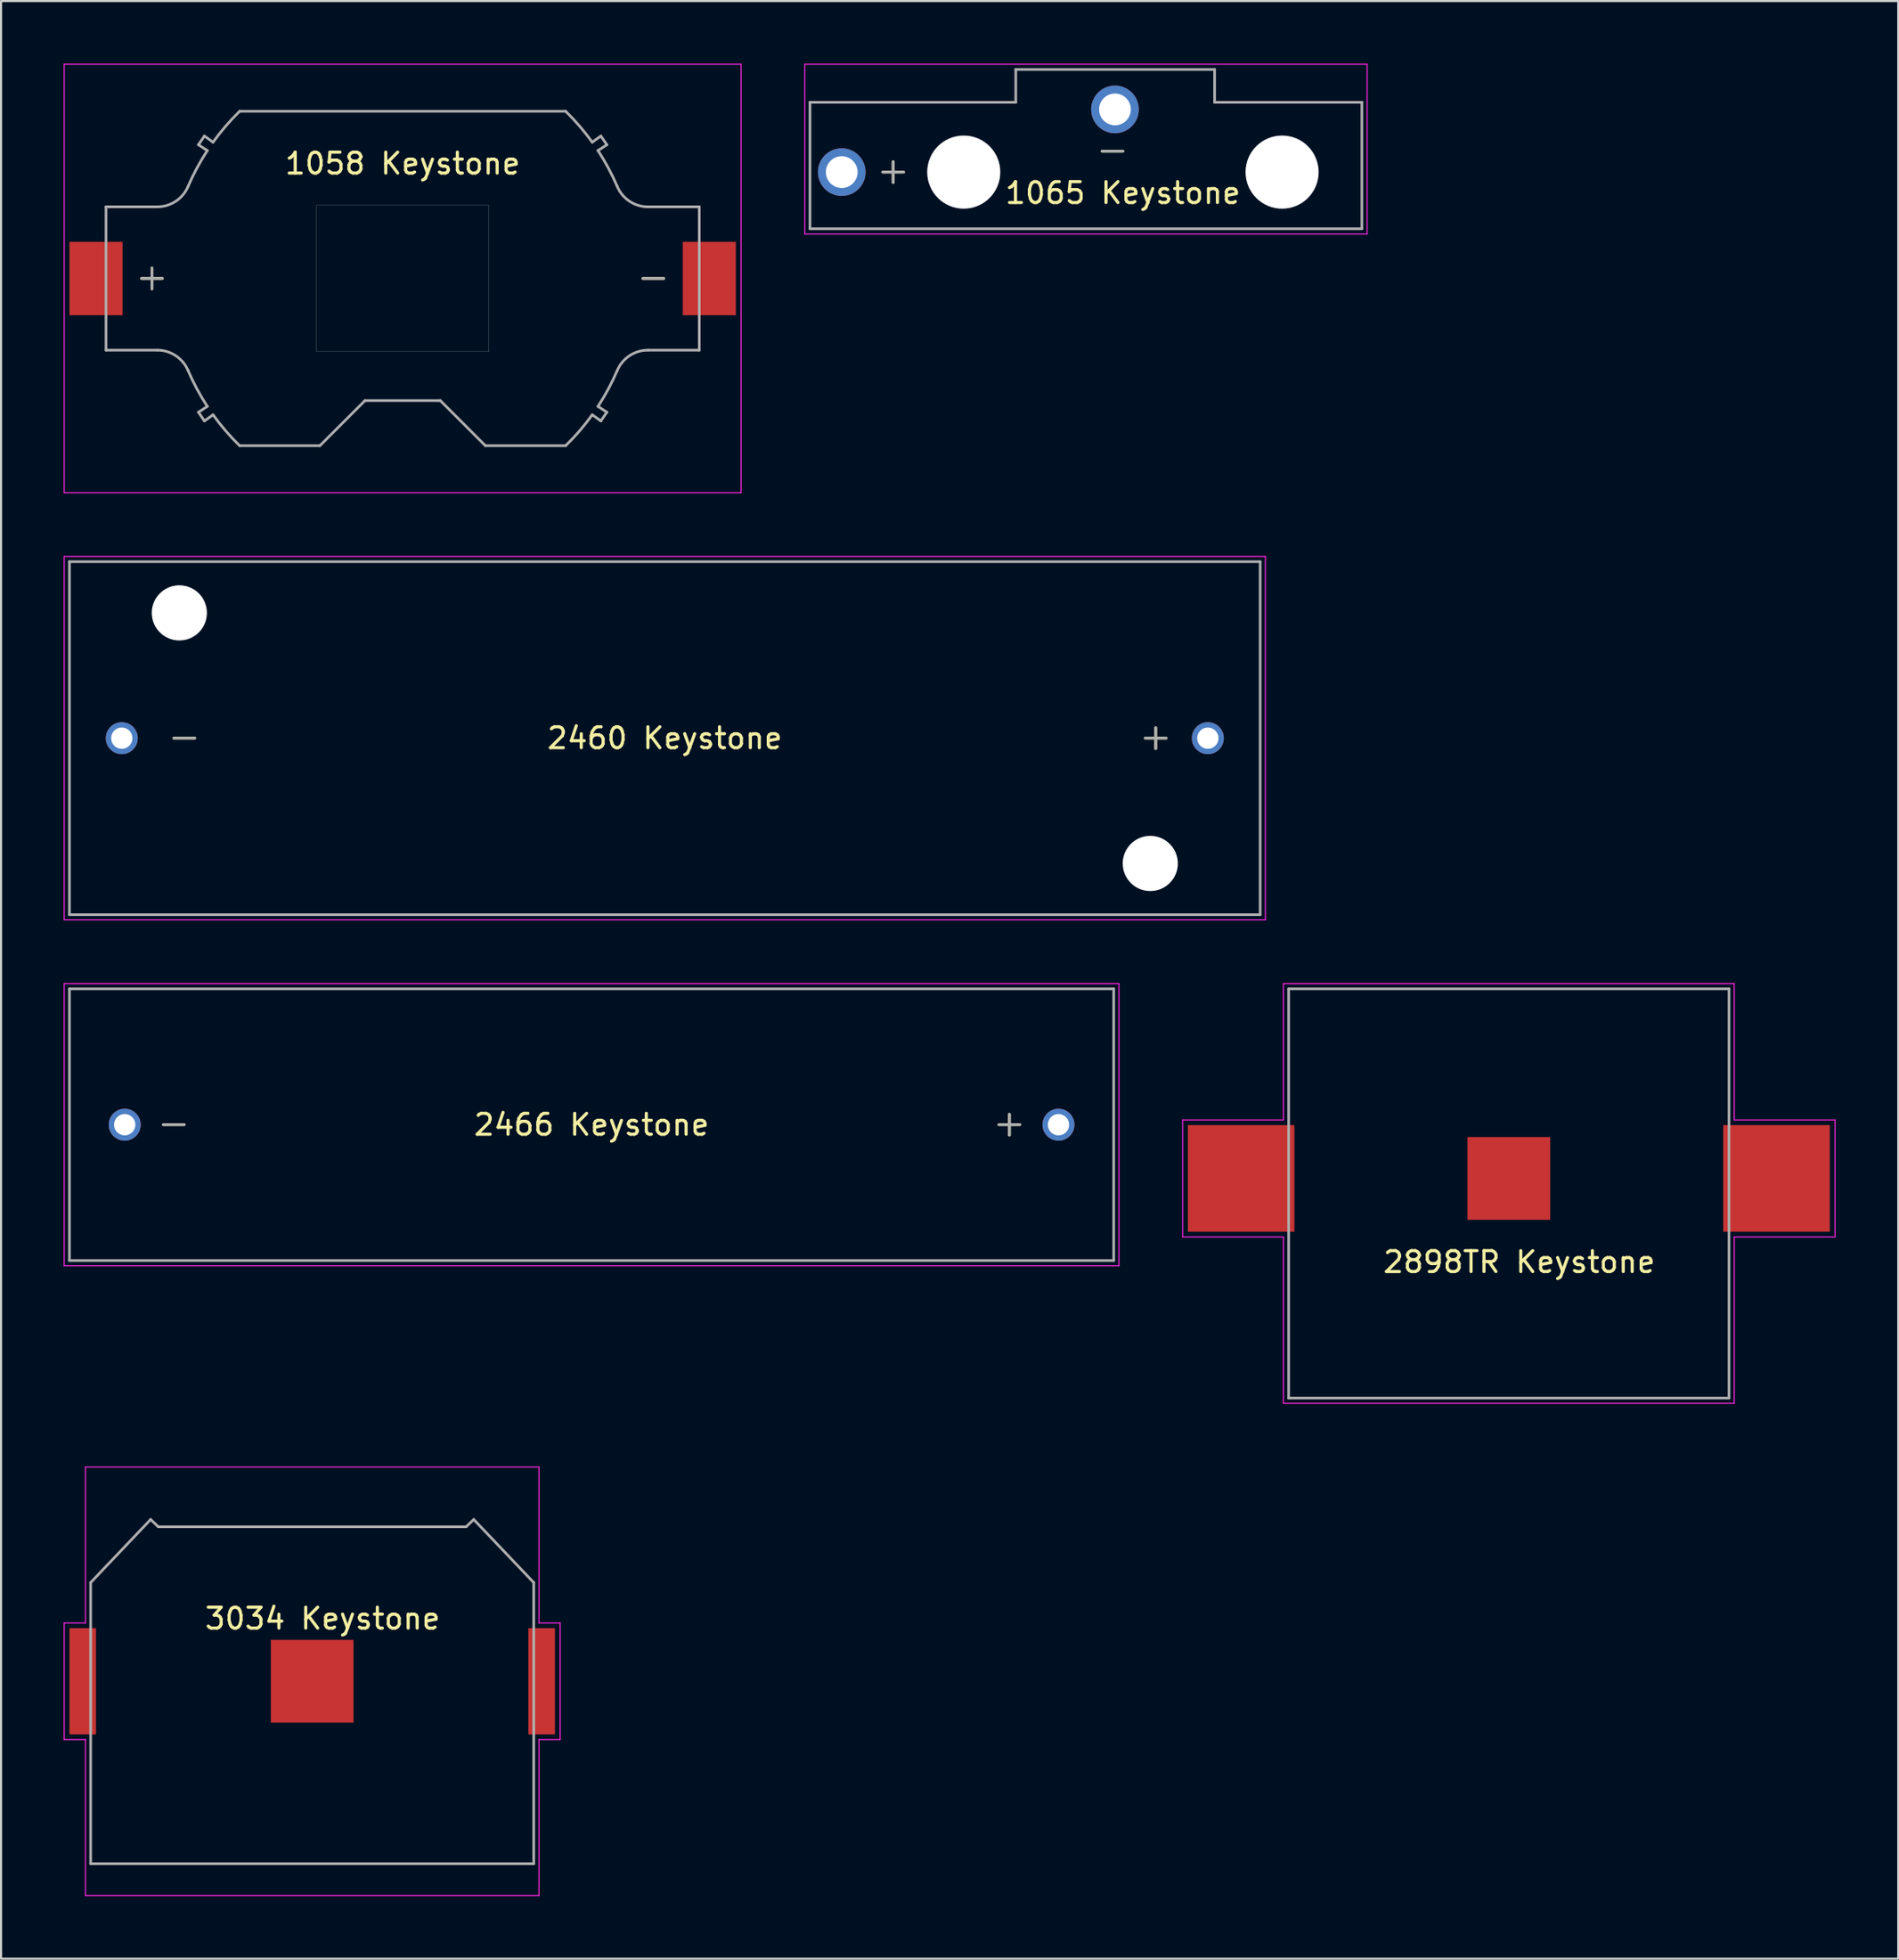
<source format=kicad_pcb>
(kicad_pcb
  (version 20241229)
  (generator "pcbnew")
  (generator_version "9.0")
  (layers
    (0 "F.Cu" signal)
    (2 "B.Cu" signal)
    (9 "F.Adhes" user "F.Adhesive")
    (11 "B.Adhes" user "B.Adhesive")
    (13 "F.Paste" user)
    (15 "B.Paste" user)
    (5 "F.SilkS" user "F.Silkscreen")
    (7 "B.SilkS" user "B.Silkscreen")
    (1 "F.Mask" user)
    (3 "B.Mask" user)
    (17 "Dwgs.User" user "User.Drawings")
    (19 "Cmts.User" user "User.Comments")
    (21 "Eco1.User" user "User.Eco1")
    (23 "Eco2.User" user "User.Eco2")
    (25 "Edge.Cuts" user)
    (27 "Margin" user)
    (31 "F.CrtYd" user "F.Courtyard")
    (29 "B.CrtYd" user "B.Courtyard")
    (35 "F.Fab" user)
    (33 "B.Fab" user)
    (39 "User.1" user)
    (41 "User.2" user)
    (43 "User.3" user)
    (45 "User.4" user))
  (footprint "3034 Keystone"
    (layer "F.Cu")
    (at 11.895 77.395)
    (property "Reference" "3034 Keystone" (at 0.5 -3 0) (layer "F.SilkS") (effects (font (size 1 1) (thickness 0.15))))
    (attr smd)
    (fp_line (start -11.87 -2.79) (end -11.87 2.79) (stroke (width 0.05) (type solid)) (layer "F.CrtYd"))
    (fp_line (start -11.87 2.79) (end -10.855 2.79) (stroke (width 0.05) (type solid)) (layer "F.CrtYd"))
    (fp_line (start -10.855 -10.25) (end -10.855 -2.79) (stroke (width 0.05) (type solid)) (layer "F.CrtYd"))
    (fp_line (start -10.855 -2.79) (end -11.87 -2.79) (stroke (width 0.05) (type solid)) (layer "F.CrtYd"))
    (fp_line (start -10.855 2.79) (end -10.855 10.25) (stroke (width 0.05) (type solid)) (layer "F.CrtYd"))
    (fp_line (start -10.855 10.25) (end 10.855 10.25) (stroke (width 0.05) (type solid)) (layer "F.CrtYd"))
    (fp_line (start 10.855 -10.25) (end -10.855 -10.25) (stroke (width 0.05) (type solid)) (layer "F.CrtYd"))
    (fp_line (start 10.855 -2.79) (end 10.855 -10.25) (stroke (width 0.05) (type solid)) (layer "F.CrtYd"))
    (fp_line (start 10.855 -2.79) (end 11.87 -2.79) (stroke (width 0.05) (type solid)) (layer "F.CrtYd"))
    (fp_line (start 10.855 10.25) (end 10.855 2.79) (stroke (width 0.05) (type solid)) (layer "F.CrtYd"))
    (fp_line (start 11.87 -2.79) (end 11.87 2.79) (stroke (width 0.05) (type solid)) (layer "F.CrtYd"))
    (fp_line (start 11.87 2.79) (end 10.855 2.79) (stroke (width 0.05) (type solid)) (layer "F.CrtYd"))
    (fp_line (start -10.605 -4.723) (end -10.605 8.729) (stroke (width 0.127) (type solid)) (layer "F.Fab"))
    (fp_line (start -10.605 8.729) (end 10.605 8.729) (stroke (width 0.127) (type solid)) (layer "F.Fab"))
    (fp_line (start -7.734 -7.741) (end -10.605 -4.723) (stroke (width 0.127) (type solid)) (layer "F.Fab"))
    (fp_line (start -7.734 -7.741) (end -7.366 -7.391) (stroke (width 0.127) (type solid)) (layer "F.Fab"))
    (fp_line (start -7.366 -7.391) (end 7.366 -7.391) (stroke (width 0.127) (type solid)) (layer "F.Fab"))
    (fp_line (start 7.366 -7.391) (end 7.734 -7.741) (stroke (width 0.127) (type solid)) (layer "F.Fab"))
    (fp_line (start 7.734 -7.741) (end 10.605 -4.723) (stroke (width 0.127) (type solid)) (layer "F.Fab"))
    (fp_line (start 10.605 -4.723) (end 10.605 8.729) (stroke (width 0.127) (type solid)) (layer "F.Fab"))
    (pad "N" smd rect (at 0 0) (size 3.96 3.96) (layers "F.Cu" "F.Mask"))
    (pad "P1" smd rect (at -10.985 0) (size 1.27 5.08) (layers "F.Cu" "F.Mask" "F.Paste"))
    (pad "P2" smd rect (at 10.985 0) (size 1.27 5.08) (layers "F.Cu" "F.Mask" "F.Paste")))
  (footprint "2898TR Keystone"
    (layer "F.Cu")
    (at 69.18 53.335)
    (property "Reference" "2898TR Keystone" (at 0.5 4 0) (layer "F.SilkS") (effects (font (size 1 1) (thickness 0.15))))
    (attr smd)
    (fp_line (start -15.615 -2.8) (end -15.615 2.8) (stroke (width 0.05) (type solid)) (layer "F.CrtYd"))
    (fp_line (start -15.615 -2.8) (end -10.79 -2.8) (stroke (width 0.05) (type solid)) (layer "F.CrtYd"))
    (fp_line (start -15.615 2.8) (end -10.79 2.8) (stroke (width 0.05) (type solid)) (layer "F.CrtYd"))
    (fp_line (start -10.79 -2.8) (end -10.79 -9.32) (stroke (width 0.05) (type solid)) (layer "F.CrtYd"))
    (fp_line (start -10.79 2.8) (end -10.79 10.76) (stroke (width 0.05) (type solid)) (layer "F.CrtYd"))
    (fp_line (start -10.79 10.76) (end 10.79 10.76) (stroke (width 0.05) (type solid)) (layer "F.CrtYd"))
    (fp_line (start 10.79 -9.32) (end -10.79 -9.32) (stroke (width 0.05) (type solid)) (layer "F.CrtYd"))
    (fp_line (start 10.79 -9.32) (end 10.79 -2.8) (stroke (width 0.05) (type solid)) (layer "F.CrtYd"))
    (fp_line (start 10.79 -2.8) (end 15.615 -2.8) (stroke (width 0.05) (type solid)) (layer "F.CrtYd"))
    (fp_line (start 10.79 2.8) (end 15.615 2.8) (stroke (width 0.05) (type solid)) (layer "F.CrtYd"))
    (fp_line (start 10.79 10.76) (end 10.79 2.8) (stroke (width 0.05) (type solid)) (layer "F.CrtYd"))
    (fp_line (start 15.615 2.8) (end 15.615 -2.8) (stroke (width 0.05) (type solid)) (layer "F.CrtYd"))
    (fp_line (start -10.54 -9.07) (end 10.54 -9.07) (stroke (width 0.127) (type solid)) (layer "F.Fab"))
    (fp_line (start -10.54 10.51) (end -10.54 -9.07) (stroke (width 0.127) (type solid)) (layer "F.Fab"))
    (fp_line (start 10.54 -9.07) (end 10.54 10.51) (stroke (width 0.127) (type solid)) (layer "F.Fab"))
    (fp_line (start 10.54 10.51) (end -10.54 10.51) (stroke (width 0.127) (type solid)) (layer "F.Fab"))
    (pad "N" smd rect (at 0 0) (size 3.96 3.96) (layers "F.Cu" "F.Mask"))
    (pad "P1" smd rect (at -12.815 0) (size 5.1 5.1) (layers "F.Cu" "F.Mask" "F.Paste"))
    (pad "P2" smd rect (at 12.815 0) (size 5.1 5.1) (layers "F.Cu" "F.Mask" "F.Paste")))
  (footprint "1058 Keystone"
    (layer "F.Cu")
    (at 16.225 10.275)
    (property "Reference" "1058 Keystone" (at 0 -5.5 0) (layer "F.SilkS") (effects (font (size 1 1) (thickness 0.15))))
    (attr smd)
    (fp_line (start -12 -0.5) (end -12 0.5) (stroke (width 0.127) (type solid)) (layer "F.SilkS"))
    (fp_line (start -11.5 0) (end -12.5 0) (stroke (width 0.127) (type solid)) (layer "F.SilkS"))
    (fp_line (start 11.5 0) (end 12.5 0) (stroke (width 0.127) (type solid)) (layer "F.SilkS"))
    (fp_line (start -16.2 -10.25) (end -16.2 10.25) (stroke (width 0.05) (type solid)) (layer "F.CrtYd"))
    (fp_line (start -16.2 10.25) (end 16.2 10.25) (stroke (width 0.05) (type solid)) (layer "F.CrtYd"))
    (fp_line (start 16.2 -10.25) (end -16.2 -10.25) (stroke (width 0.05) (type solid)) (layer "F.CrtYd"))
    (fp_line (start 16.2 10.25) (end 16.2 -10.25) (stroke (width 0.05) (type solid)) (layer "F.CrtYd"))
    (fp_line (start -14.199 -3.429) (end -14.199 3.429) (stroke (width 0.127) (type solid)) (layer "F.Fab"))
    (fp_line (start -14.199 -3.429) (end -11.745 -3.429) (stroke (width 0.127) (type solid)) (layer "F.Fab"))
    (fp_line (start -12.5 0) (end -11.5 0) (stroke (width 0.127) (type solid)) (layer "F.Fab"))
    (fp_line (start -12 -0.5) (end -12 0.5) (stroke (width 0.127) (type solid)) (layer "F.Fab"))
    (fp_line (start -11.745 3.429) (end -14.199 3.429) (stroke (width 0.127) (type solid)) (layer "F.Fab"))
    (fp_line (start -9.776 -6.398) (end -9.489 -6.817) (stroke (width 0.127) (type solid)) (layer "F.Fab"))
    (fp_line (start -9.776 6.398) (end -9.351 6.12) (stroke (width 0.127) (type solid)) (layer "F.Fab"))
    (fp_line (start -9.489 -6.817) (end -9.076 -6.521) (stroke (width 0.127) (type solid)) (layer "F.Fab"))
    (fp_line (start -9.489 6.817) (end -9.776 6.398) (stroke (width 0.127) (type solid)) (layer "F.Fab"))
    (fp_line (start -9.351 -6.12) (end -9.776 -6.398) (stroke (width 0.127) (type solid)) (layer "F.Fab"))
    (fp_line (start -9.076 6.521) (end -9.489 6.817) (stroke (width 0.127) (type solid)) (layer "F.Fab"))
    (fp_line (start -7.803 -8.001) (end 7.803 -8.001) (stroke (width 0.127) (type solid)) (layer "F.Fab"))
    (fp_line (start -3.962 8.001) (end -7.803 8.001) (stroke (width 0.127) (type solid)) (layer "F.Fab"))
    (fp_line (start -1.803 5.842) (end -3.962 8.001) (stroke (width 0.127) (type solid)) (layer "F.Fab"))
    (fp_line (start 1.803 5.842) (end -1.803 5.842) (stroke (width 0.127) (type solid)) (layer "F.Fab"))
    (fp_line (start 3.962 8.001) (end 1.803 5.842) (stroke (width 0.127) (type solid)) (layer "F.Fab"))
    (fp_line (start 7.803 8.001) (end 3.962 8.001) (stroke (width 0.127) (type solid)) (layer "F.Fab"))
    (fp_line (start 9.076 -6.521) (end 9.489 -6.817) (stroke (width 0.127) (type solid)) (layer "F.Fab"))
    (fp_line (start 9.351 6.12) (end 9.776 6.398) (stroke (width 0.127) (type solid)) (layer "F.Fab"))
    (fp_line (start 9.489 -6.817) (end 9.776 -6.398) (stroke (width 0.127) (type solid)) (layer "F.Fab"))
    (fp_line (start 9.489 6.817) (end 9.076 6.521) (stroke (width 0.127) (type solid)) (layer "F.Fab"))
    (fp_line (start 9.776 -6.398) (end 9.351 -6.12) (stroke (width 0.127) (type solid)) (layer "F.Fab"))
    (fp_line (start 9.776 6.398) (end 9.489 6.817) (stroke (width 0.127) (type solid)) (layer "F.Fab"))
    (fp_line (start 11.5 0) (end 12.5 0) (stroke (width 0.127) (type solid)) (layer "F.Fab"))
    (fp_line (start 11.745 -3.429) (end 14.199 -3.429) (stroke (width 0.127) (type solid)) (layer "F.Fab"))
    (fp_line (start 14.199 -3.429) (end 14.199 3.429) (stroke (width 0.127) (type solid)) (layer "F.Fab"))
    (fp_line (start 14.199 3.429) (end 11.745 3.429) (stroke (width 0.127) (type solid)) (layer "F.Fab"))
    (fp_arc (start -11.7447 3.429) (mid -10.863605 3.693423) (end -10.2737 4.3993) (stroke (width 0.127) (type solid)) (layer "F.Fab"))
    (fp_arc (start -10.2737 -4.3993) (mid -10.863604 -3.693423) (end -11.7447 -3.429) (stroke (width 0.127) (type solid)) (layer "F.Fab"))
    (fp_arc (start -10.2737 -4.3993) (mid -9.850143 -5.279923) (end -9.35128 -6.12018) (stroke (width 0.127) (type solid)) (layer "F.Fab"))
    (fp_arc (start -9.35127 6.12018) (mid -9.850138 5.279923) (end -10.2737 4.3993) (stroke (width 0.127) (type solid)) (layer "F.Fab"))
    (fp_arc (start -9.0764 -6.52088) (mid -8.47209 -7.288802) (end -7.80301 -8.001) (stroke (width 0.127) (type solid)) (layer "F.Fab"))
    (fp_arc (start -7.80301 8.001) (mid -8.472095 7.288802) (end -9.07641 6.52088) (stroke (width 0.127) (type solid)) (layer "F.Fab"))
    (fp_arc (start 7.80301 -8.001) (mid 8.472095 -7.288802) (end 9.07641 -6.52088) (stroke (width 0.127) (type solid)) (layer "F.Fab"))
    (fp_arc (start 9.0764 6.52088) (mid 8.47209 7.288802) (end 7.80301 8.001) (stroke (width 0.127) (type solid)) (layer "F.Fab"))
    (fp_arc (start 9.35127 -6.12018) (mid 9.850138 -5.279923) (end 10.2737 -4.3993) (stroke (width 0.127) (type solid)) (layer "F.Fab"))
    (fp_arc (start 10.2737 4.3993) (mid 9.850143 5.279923) (end 9.35128 6.12018) (stroke (width 0.127) (type solid)) (layer "F.Fab"))
    (fp_arc (start 10.2737 4.3993) (mid 10.863604 3.693423) (end 11.7447 3.429) (stroke (width 0.127) (type solid)) (layer "F.Fab"))
    (fp_arc (start 11.7447 -3.429) (mid 10.863605 -3.693423) (end 10.2737 -4.3993) (stroke (width 0.127) (type solid)) (layer "F.Fab"))
    (fp_poly (pts (xy -4.125 -3.5) (xy 4.125 -3.5) (xy 4.125 3.5) (xy -4.125 3.5)) (stroke (width 0.01) (type solid)) (fill no) (layer "F.Fab"))
    (pad "N" smd rect (at 14.68 0) (size 2.54 3.51) (layers "F.Cu" "F.Mask" "F.Paste"))
    (pad "P" smd rect (at -14.68 0) (size 2.54 3.51) (layers "F.Cu" "F.Mask" "F.Paste")))
  (footprint "2466 Keystone"
    (layer "F.Cu")
    (at 25.27 50.765)
    (property "Reference" "2466 Keystone" (at 0 0 0) (layer "F.SilkS") (effects (font (size 1 1) (thickness 0.15))))
    (attr through_hole)
    (fp_line (start -19.5 0) (end -20.5 0) (stroke (width 0.127) (type solid)) (layer "F.SilkS"))
    (fp_line (start 20 0.5) (end 20 -0.5) (stroke (width 0.127) (type solid)) (layer "F.SilkS"))
    (fp_line (start 20.5 0) (end 19.5 0) (stroke (width 0.127) (type solid)) (layer "F.SilkS"))
    (fp_line (start -25.245 -6.75) (end 25.245 -6.75) (stroke (width 0.05) (type solid)) (layer "F.CrtYd"))
    (fp_line (start -25.245 6.75) (end -25.245 -6.75) (stroke (width 0.05) (type solid)) (layer "F.CrtYd"))
    (fp_line (start 25.245 -6.75) (end 25.245 6.75) (stroke (width 0.05) (type solid)) (layer "F.CrtYd"))
    (fp_line (start 25.245 6.75) (end -25.245 6.75) (stroke (width 0.05) (type solid)) (layer "F.CrtYd"))
    (fp_line (start -24.995 -6.5) (end 24.995 -6.5) (stroke (width 0.127) (type solid)) (layer "F.Fab"))
    (fp_line (start -24.995 6.5) (end -24.995 -6.5) (stroke (width 0.127) (type solid)) (layer "F.Fab"))
    (fp_line (start -19.5 0) (end -20.5 0) (stroke (width 0.127) (type solid)) (layer "F.Fab"))
    (fp_line (start 19.5 0) (end 20.5 0) (stroke (width 0.127) (type solid)) (layer "F.Fab"))
    (fp_line (start 20 0.5) (end 20 -0.5) (stroke (width 0.127) (type solid)) (layer "F.Fab"))
    (fp_line (start 24.995 -6.5) (end 24.995 6.5) (stroke (width 0.127) (type solid)) (layer "F.Fab"))
    (fp_line (start 24.995 6.5) (end -24.995 6.5) (stroke (width 0.127) (type solid)) (layer "F.Fab"))
    (pad "N" thru_hole circle (at -22.35 0) (size 1.53 1.53) (drill 1.02) (layers "*.Cu" "*.Mask"))
    (pad "P" thru_hole circle (at 22.35 0) (size 1.53 1.53) (drill 1.02) (layers "*.Cu" "*.Mask")))
  (footprint "2460 Keystone"
    (layer "F.Cu")
    (at 28.775 32.27)
    (property "Reference" "2460 Keystone" (at 0 0 0) (layer "F.SilkS") (effects (font (size 1 1) (thickness 0.15))))
    (attr through_hole)
    (fp_line (start -22.5 0) (end -23.5 0) (stroke (width 0.127) (type solid)) (layer "F.SilkS"))
    (fp_line (start 23.5 0.5) (end 23.5 -0.5) (stroke (width 0.127) (type solid)) (layer "F.SilkS"))
    (fp_line (start 24 0) (end 23 0) (stroke (width 0.127) (type solid)) (layer "F.SilkS"))
    (fp_line (start -28.75 -8.695) (end 28.75 -8.695) (stroke (width 0.05) (type solid)) (layer "F.CrtYd"))
    (fp_line (start -28.75 8.695) (end -28.75 -8.695) (stroke (width 0.05) (type solid)) (layer "F.CrtYd"))
    (fp_line (start 28.75 -8.695) (end 28.75 8.695) (stroke (width 0.05) (type solid)) (layer "F.CrtYd"))
    (fp_line (start 28.75 8.695) (end -28.75 8.695) (stroke (width 0.05) (type solid)) (layer "F.CrtYd"))
    (fp_line (start -28.5 -8.445) (end 28.5 -8.445) (stroke (width 0.127) (type solid)) (layer "F.Fab"))
    (fp_line (start -28.5 8.445) (end -28.5 -8.445) (stroke (width 0.127) (type solid)) (layer "F.Fab"))
    (fp_line (start -22.5 0) (end -23.5 0) (stroke (width 0.127) (type solid)) (layer "F.Fab"))
    (fp_line (start 23 0) (end 24 0) (stroke (width 0.127) (type solid)) (layer "F.Fab"))
    (fp_line (start 23.5 0.5) (end 23.5 -0.5) (stroke (width 0.127) (type solid)) (layer "F.Fab"))
    (fp_line (start 28.5 -8.445) (end 28.5 8.445) (stroke (width 0.127) (type solid)) (layer "F.Fab"))
    (fp_line (start 28.5 8.445) (end -28.5 8.445) (stroke (width 0.127) (type solid)) (layer "F.Fab"))
    (pad "" np_thru_hole circle (at -23.24 -5.995) (size 2.64 2.64) (drill 2.64) (layers "*.Cu" "*.Mask"))
    (pad "" np_thru_hole circle (at 23.24 5.995) (size 2.64 2.64) (drill 2.64) (layers "*.Cu" "*.Mask"))
    (pad "N" thru_hole circle (at -25.995 0) (size 1.53 1.53) (drill 1.02) (layers "*.Cu" "*.Mask"))
    (pad "P" thru_hole circle (at 25.995 0) (size 1.53 1.53) (drill 1.02) (layers "*.Cu" "*.Mask")))
  (footprint "1065 Keystone"
    (layer "F.Cu")
    (at 50.705 5.185)
    (property "Reference" "1065 Keystone" (at 0 1 0) (layer "F.SilkS") (effects (font (size 1 1) (thickness 0.15))))
    (attr through_hole)
    (fp_line (start -11 -0.5) (end -11 0.5) (stroke (width 0.127) (type solid)) (layer "F.SilkS"))
    (fp_line (start -10.5 0) (end -11.5 0) (stroke (width 0.127) (type solid)) (layer "F.SilkS"))
    (fp_line (start -1 -1) (end 0 -1) (stroke (width 0.127) (type solid)) (layer "F.SilkS"))
    (fp_line (start -15.23 -5.16) (end -15.23 2.96) (stroke (width 0.05) (type solid)) (layer "F.CrtYd"))
    (fp_line (start -15.23 2.96) (end 11.69 2.96) (stroke (width 0.05) (type solid)) (layer "F.CrtYd"))
    (fp_line (start 11.69 -5.16) (end -15.23 -5.16) (stroke (width 0.05) (type solid)) (layer "F.CrtYd"))
    (fp_line (start 11.69 2.96) (end 11.69 -5.16) (stroke (width 0.05) (type solid)) (layer "F.CrtYd"))
    (fp_line (start -14.98 -3.34) (end -14.98 2.71) (stroke (width 0.127) (type solid)) (layer "F.Fab"))
    (fp_line (start -14.98 2.71) (end 11.44 2.71) (stroke (width 0.127) (type solid)) (layer "F.Fab"))
    (fp_line (start -11.5 0) (end -10.5 0) (stroke (width 0.127) (type solid)) (layer "F.Fab"))
    (fp_line (start -11 -0.5) (end -11 0.5) (stroke (width 0.127) (type solid)) (layer "F.Fab"))
    (fp_line (start -5.13 -4.91) (end -5.13 -3.34) (stroke (width 0.127) (type solid)) (layer "F.Fab"))
    (fp_line (start -5.13 -3.34) (end -14.98 -3.34) (stroke (width 0.127) (type solid)) (layer "F.Fab"))
    (fp_line (start -1 -1) (end 0 -1) (stroke (width 0.127) (type solid)) (layer "F.Fab"))
    (fp_line (start 4.39 -4.91) (end -5.13 -4.91) (stroke (width 0.127) (type solid)) (layer "F.Fab"))
    (fp_line (start 4.39 -3.34) (end 4.39 -4.91) (stroke (width 0.127) (type solid)) (layer "F.Fab"))
    (fp_line (start 11.44 -3.34) (end 4.39 -3.34) (stroke (width 0.127) (type solid)) (layer "F.Fab"))
    (fp_line (start 11.44 2.71) (end 11.44 -3.34) (stroke (width 0.127) (type solid)) (layer "F.Fab"))
    (pad "" np_thru_hole circle (at -7.62 0) (size 3.5 3.5) (drill 3.5) (layers "*.Cu" "*.Mask"))
    (pad "" np_thru_hole circle (at 7.62 0) (size 3.5 3.5) (drill 3.5) (layers "*.Cu" "*.Mask"))
    (pad "N" thru_hole circle (at -0.38 -3) (size 2.28 2.28) (drill 1.52) (layers "*.Cu" "*.Mask"))
    (pad "P" thru_hole circle (at -13.46 0) (size 2.28 2.28) (drill 1.52) (layers "*.Cu" "*.Mask")))
  (gr_rect
    (start -3 -3)
    (end 87.82 90.67)
    (stroke (width 0.1) (type default))
    (fill no)
    (layer "Edge.Cuts")))
</source>
